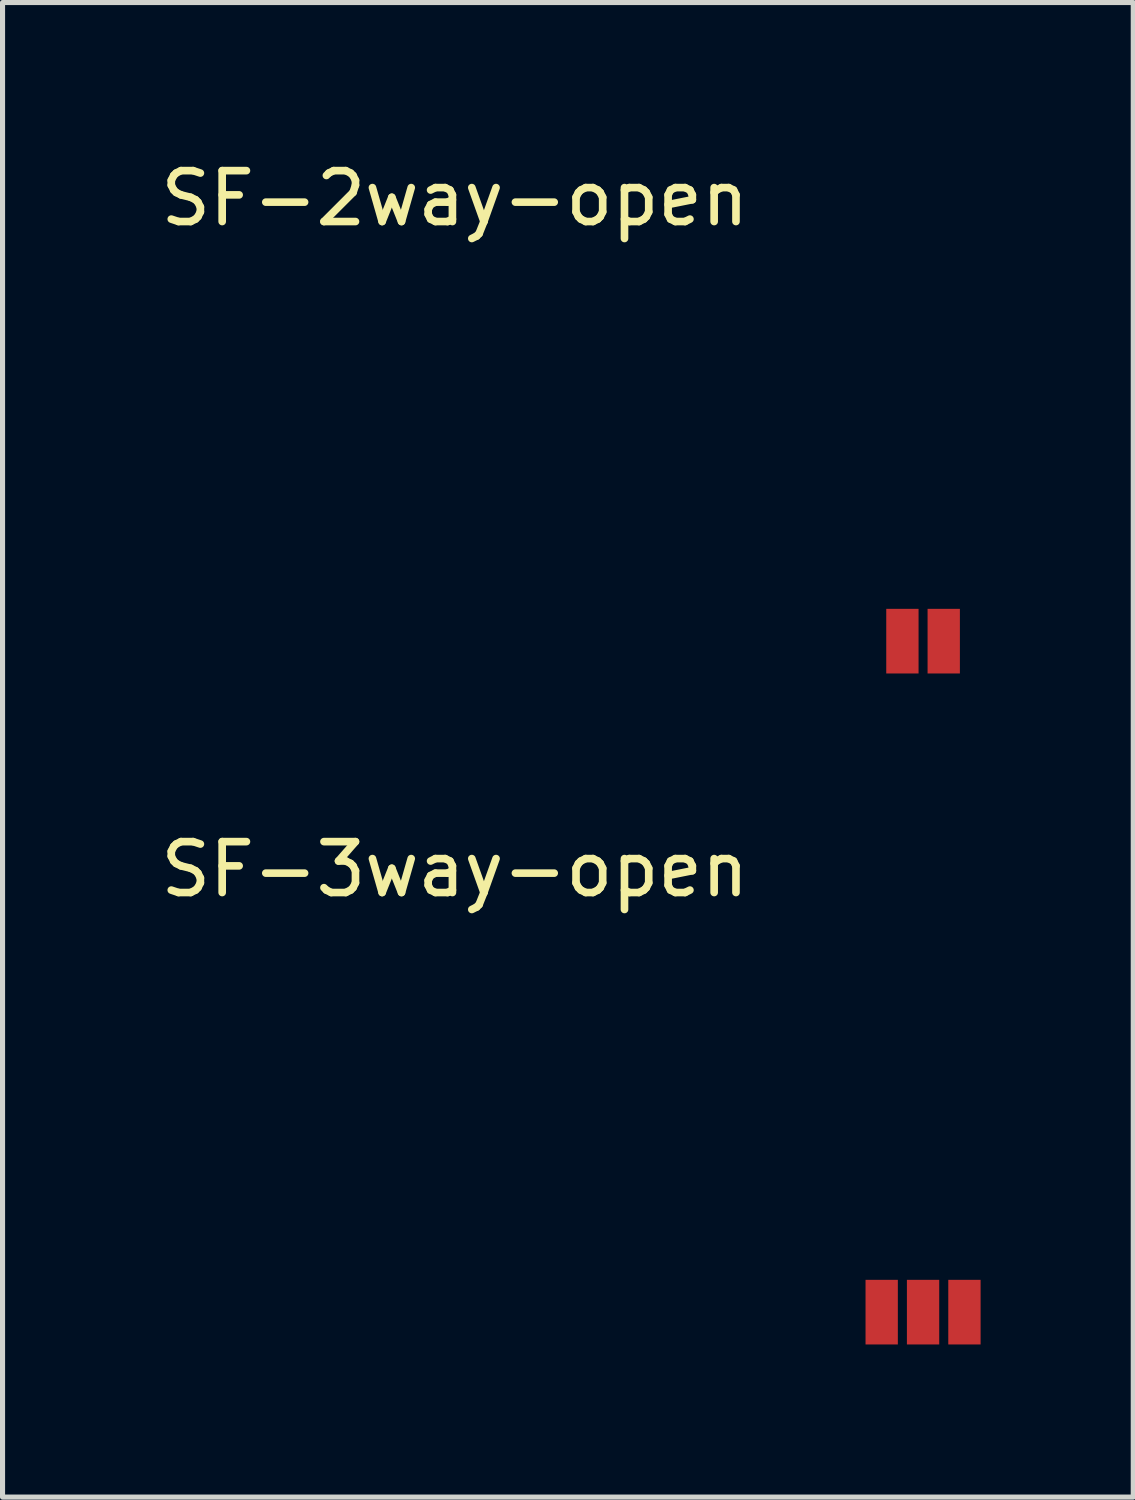
<source format=kicad_pcb>
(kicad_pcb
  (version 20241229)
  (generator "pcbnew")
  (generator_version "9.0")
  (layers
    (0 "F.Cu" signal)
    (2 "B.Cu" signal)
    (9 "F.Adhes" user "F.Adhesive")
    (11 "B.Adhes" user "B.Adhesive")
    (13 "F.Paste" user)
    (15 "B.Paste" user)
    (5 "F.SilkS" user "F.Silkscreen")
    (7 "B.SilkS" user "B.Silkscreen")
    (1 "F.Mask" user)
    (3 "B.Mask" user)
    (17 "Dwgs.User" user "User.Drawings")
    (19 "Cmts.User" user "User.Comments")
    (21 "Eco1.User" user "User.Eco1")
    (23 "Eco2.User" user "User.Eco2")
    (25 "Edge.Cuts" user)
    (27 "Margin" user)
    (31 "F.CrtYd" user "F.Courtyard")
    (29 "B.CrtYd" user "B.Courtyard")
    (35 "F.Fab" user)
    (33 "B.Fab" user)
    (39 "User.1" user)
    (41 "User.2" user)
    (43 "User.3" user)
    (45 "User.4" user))
  (footprint "SF-3way-open"
    (layer "F.Cu")
    (at 15.087 22.732)
    (property "Reference" "SF-3way-open" (at -9.2 -8.7 0) (layer "F.SilkS") (effects (font (size 1 1) (thickness 0.15))))
    (attr through_hole)
    (pad "1" smd rect (at -0.813 0) (size 0.635 1.27) (layers "F.Cu" "F.Mask" "F.Paste"))
    (pad "2" smd rect (at 0 0) (size 0.635 1.27) (layers "F.Cu" "F.Mask" "F.Paste"))
    (pad "3" smd rect (at 0.813 0) (size 0.635 1.27) (layers "F.Cu" "F.Mask" "F.Paste")))
  (footprint "SF-2way-open"
    (layer "F.Cu")
    (at 15.087 9.548)
    (property "Reference" "SF-2way-open" (at -9.2 -8.7 0) (layer "F.SilkS") (effects (font (size 1 1) (thickness 0.15))))
    (attr through_hole)
    (pad "1" smd rect (at -0.406 0) (size 0.635 1.27) (layers "F.Cu" "F.Mask" "F.Paste"))
    (pad "2" smd rect (at 0.406 0) (size 0.635 1.27) (layers "F.Cu" "F.Mask" "F.Paste")))
  (gr_rect
    (start -3 -3)
    (end 19.217 26.366)
    (stroke (width 0.1) (type default))
    (fill no)
    (layer "Edge.Cuts")))
</source>
